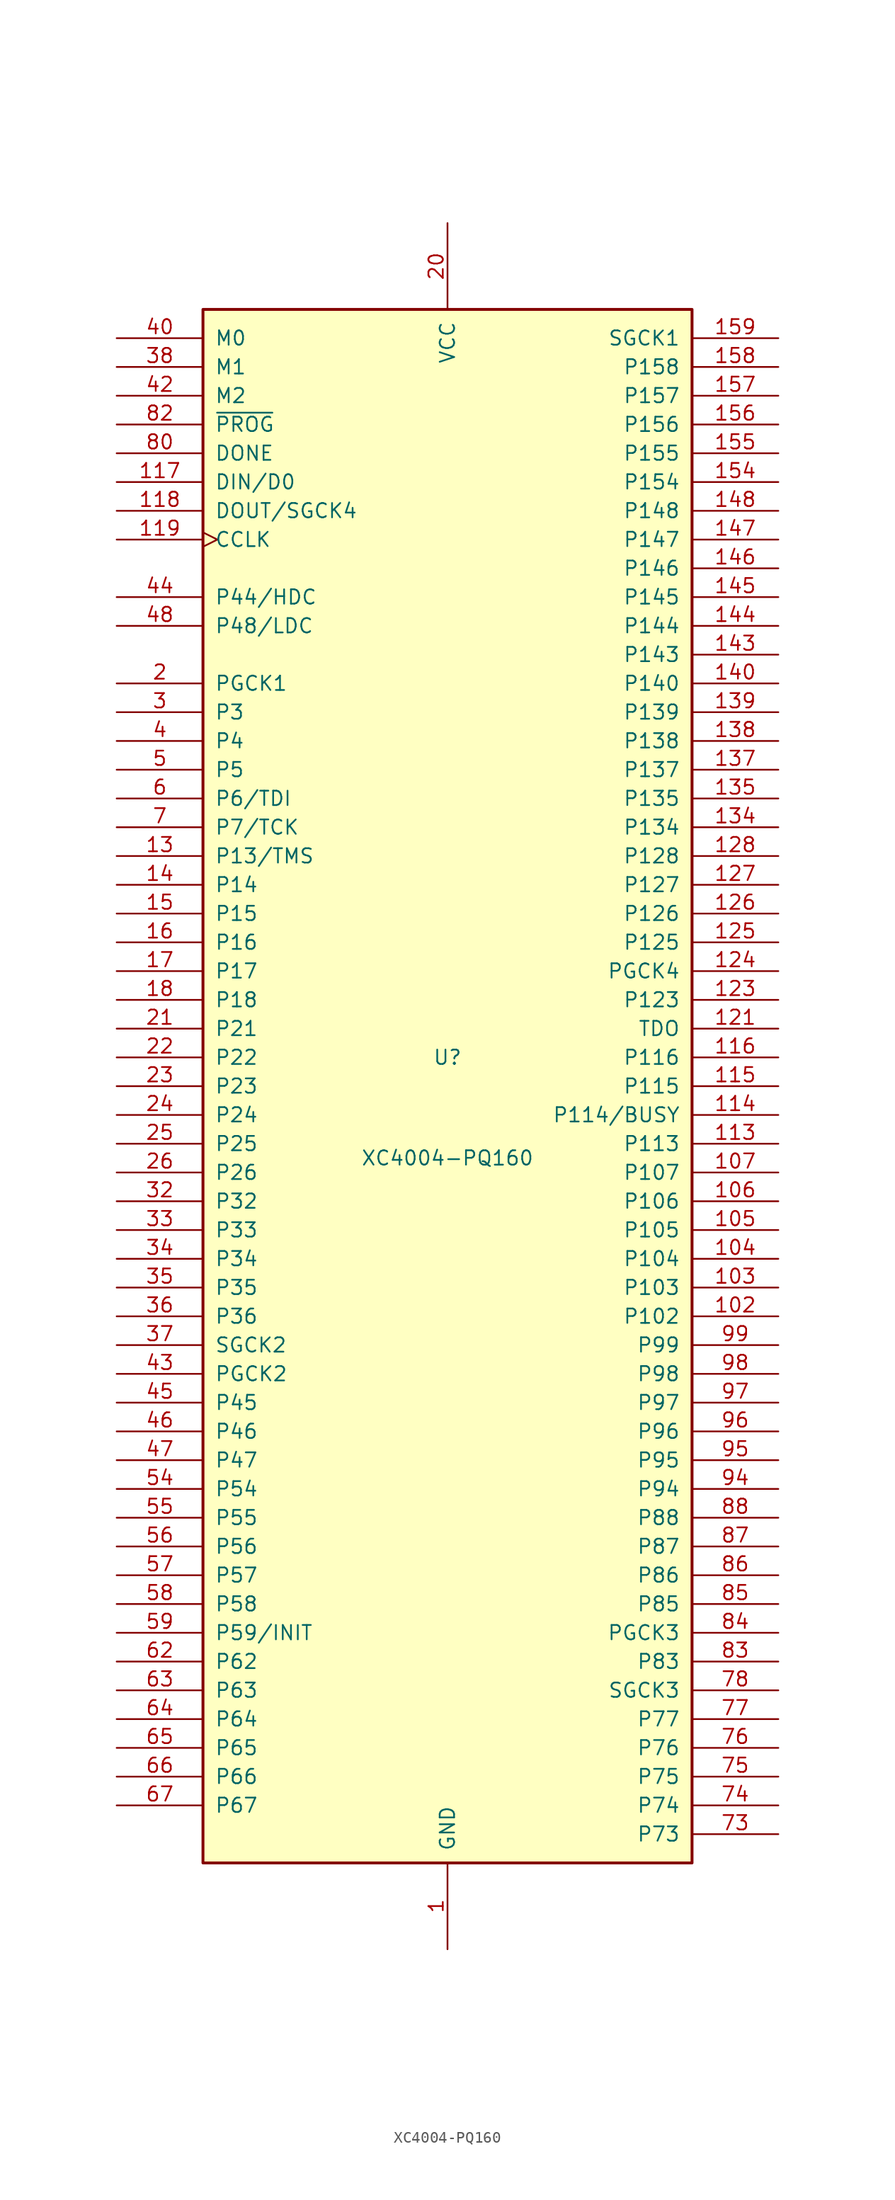
<source format=kicad_sym>
(kicad_symbol_lib
  (version 20231120)
  (generator "kicad_symbol_editor")
  (generator_version "8.0")
  (symbol "XC4004-PQ160"
    (pin_names
      (offset 1.016))
    (property "Reference" "U"
      (at 0 2.54 0)
      (effects (font (size 1.27 1.27))))
    (property "Value" "XC4004-PQ160"
      (at 0 -6.35 0)
      (effects (font (size 1.27 1.27))))
    (symbol "XC4004-PQ160_0_1"
      (rectangle (start -21.59 -68.58) (end 21.59 68.58) (stroke (width 0.254) (type default)) (fill (type background))))
    (symbol "XC4004-PQ160_1_1"
      (pin power_in line (at 0 -76.2 90) (length 7.62) (name "GND" (effects (font (size 1.27 1.27)))) (number "1" (effects (font (size 1.27 1.27)))))
      (pin passive line (at 0 -76.2 90) (length 7.62) hide (name "GND" (effects (font (size 1.27 1.27)))) (number "10" (effects (font (size 1.27 1.27)))))
      (pin passive line (at 0 76.2 270) (length 7.62) hide (name "VCC" (effects (font (size 1.27 1.27)))) (number "100" (effects (font (size 1.27 1.27)))))
      (pin passive line (at 0 -76.2 90) (length 7.62) hide (name "GND" (effects (font (size 1.27 1.27)))) (number "101" (effects (font (size 1.27 1.27)))))
      (pin bidirectional line (at 29.21 -20.32 180) (length 7.62) (name "P102" (effects (font (size 1.27 1.27)))) (number "102" (effects (font (size 1.27 1.27)))))
      (pin bidirectional line (at 29.21 -17.78 180) (length 7.62) (name "P103" (effects (font (size 1.27 1.27)))) (number "103" (effects (font (size 1.27 1.27)))))
      (pin bidirectional line (at 29.21 -15.24 180) (length 7.62) (name "P104" (effects (font (size 1.27 1.27)))) (number "104" (effects (font (size 1.27 1.27)))))
      (pin bidirectional line (at 29.21 -12.7 180) (length 7.62) (name "P105" (effects (font (size 1.27 1.27)))) (number "105" (effects (font (size 1.27 1.27)))))
      (pin bidirectional line (at 29.21 -10.16 180) (length 7.62) (name "P106" (effects (font (size 1.27 1.27)))) (number "106" (effects (font (size 1.27 1.27)))))
      (pin bidirectional line (at 29.21 -7.62 180) (length 7.62) (name "P107" (effects (font (size 1.27 1.27)))) (number "107" (effects (font (size 1.27 1.27)))))
      (pin passive line (at 0 -76.2 90) (length 7.62) hide (name "GND" (effects (font (size 1.27 1.27)))) (number "110" (effects (font (size 1.27 1.27)))))
      (pin bidirectional line (at 29.21 -5.08 180) (length 7.62) (name "P113" (effects (font (size 1.27 1.27)))) (number "113" (effects (font (size 1.27 1.27)))))
      (pin bidirectional line (at 29.21 -2.54 180) (length 7.62) (name "P114/BUSY" (effects (font (size 1.27 1.27)))) (number "114" (effects (font (size 1.27 1.27)))))
      (pin bidirectional line (at 29.21 0 180) (length 7.62) (name "P115" (effects (font (size 1.27 1.27)))) (number "115" (effects (font (size 1.27 1.27)))))
      (pin bidirectional line (at 29.21 2.54 180) (length 7.62) (name "P116" (effects (font (size 1.27 1.27)))) (number "116" (effects (font (size 1.27 1.27)))))
      (pin bidirectional line (at -29.21 53.34 0) (length 7.62) (name "DIN/D0" (effects (font (size 1.27 1.27)))) (number "117" (effects (font (size 1.27 1.27)))))
      (pin bidirectional line (at -29.21 50.8 0) (length 7.62) (name "DOUT/SGCK4" (effects (font (size 1.27 1.27)))) (number "118" (effects (font (size 1.27 1.27)))))
      (pin input clock (at -29.21 48.26 0) (length 7.62) (name "CCLK" (effects (font (size 1.27 1.27)))) (number "119" (effects (font (size 1.27 1.27)))))
      (pin passive line (at 0 76.2 270) (length 7.62) hide (name "VCC" (effects (font (size 1.27 1.27)))) (number "120" (effects (font (size 1.27 1.27)))))
      (pin output line (at 29.21 5.08 180) (length 7.62) (name "TDO" (effects (font (size 1.27 1.27)))) (number "121" (effects (font (size 1.27 1.27)))))
      (pin passive line (at 0 -76.2 90) (length 7.62) hide (name "GND" (effects (font (size 1.27 1.27)))) (number "122" (effects (font (size 1.27 1.27)))))
      (pin bidirectional line (at 29.21 7.62 180) (length 7.62) (name "P123" (effects (font (size 1.27 1.27)))) (number "123" (effects (font (size 1.27 1.27)))))
      (pin bidirectional line (at 29.21 10.16 180) (length 7.62) (name "PGCK4" (effects (font (size 1.27 1.27)))) (number "124" (effects (font (size 1.27 1.27)))))
      (pin bidirectional line (at 29.21 12.7 180) (length 7.62) (name "P125" (effects (font (size 1.27 1.27)))) (number "125" (effects (font (size 1.27 1.27)))))
      (pin bidirectional line (at 29.21 15.24 180) (length 7.62) (name "P126" (effects (font (size 1.27 1.27)))) (number "126" (effects (font (size 1.27 1.27)))))
      (pin bidirectional line (at 29.21 17.78 180) (length 7.62) (name "P127" (effects (font (size 1.27 1.27)))) (number "127" (effects (font (size 1.27 1.27)))))
      (pin bidirectional line (at 29.21 20.32 180) (length 7.62) (name "P128" (effects (font (size 1.27 1.27)))) (number "128" (effects (font (size 1.27 1.27)))))
      (pin bidirectional line (at -29.21 20.32 0) (length 7.62) (name "P13/TMS" (effects (font (size 1.27 1.27)))) (number "13" (effects (font (size 1.27 1.27)))))
      (pin passive line (at 0 -76.2 90) (length 7.62) hide (name "GND" (effects (font (size 1.27 1.27)))) (number "131" (effects (font (size 1.27 1.27)))))
      (pin bidirectional line (at 29.21 22.86 180) (length 7.62) (name "P134" (effects (font (size 1.27 1.27)))) (number "134" (effects (font (size 1.27 1.27)))))
      (pin bidirectional line (at 29.21 25.4 180) (length 7.62) (name "P135" (effects (font (size 1.27 1.27)))) (number "135" (effects (font (size 1.27 1.27)))))
      (pin bidirectional line (at 29.21 27.94 180) (length 7.62) (name "P137" (effects (font (size 1.27 1.27)))) (number "137" (effects (font (size 1.27 1.27)))))
      (pin bidirectional line (at 29.21 30.48 180) (length 7.62) (name "P138" (effects (font (size 1.27 1.27)))) (number "138" (effects (font (size 1.27 1.27)))))
      (pin bidirectional line (at 29.21 33.02 180) (length 7.62) (name "P139" (effects (font (size 1.27 1.27)))) (number "139" (effects (font (size 1.27 1.27)))))
      (pin bidirectional line (at -29.21 17.78 0) (length 7.62) (name "P14" (effects (font (size 1.27 1.27)))) (number "14" (effects (font (size 1.27 1.27)))))
      (pin bidirectional line (at 29.21 35.56 180) (length 7.62) (name "P140" (effects (font (size 1.27 1.27)))) (number "140" (effects (font (size 1.27 1.27)))))
      (pin passive line (at 0 -76.2 90) (length 7.62) hide (name "GND" (effects (font (size 1.27 1.27)))) (number "141" (effects (font (size 1.27 1.27)))))
      (pin passive line (at 0 76.2 270) (length 7.62) hide (name "VCC" (effects (font (size 1.27 1.27)))) (number "142" (effects (font (size 1.27 1.27)))))
      (pin bidirectional line (at 29.21 38.1 180) (length 7.62) (name "P143" (effects (font (size 1.27 1.27)))) (number "143" (effects (font (size 1.27 1.27)))))
      (pin bidirectional line (at 29.21 40.64 180) (length 7.62) (name "P144" (effects (font (size 1.27 1.27)))) (number "144" (effects (font (size 1.27 1.27)))))
      (pin bidirectional line (at 29.21 43.18 180) (length 7.62) (name "P145" (effects (font (size 1.27 1.27)))) (number "145" (effects (font (size 1.27 1.27)))))
      (pin bidirectional line (at 29.21 45.72 180) (length 7.62) (name "P146" (effects (font (size 1.27 1.27)))) (number "146" (effects (font (size 1.27 1.27)))))
      (pin bidirectional line (at 29.21 48.26 180) (length 7.62) (name "P147" (effects (font (size 1.27 1.27)))) (number "147" (effects (font (size 1.27 1.27)))))
      (pin bidirectional line (at 29.21 50.8 180) (length 7.62) (name "P148" (effects (font (size 1.27 1.27)))) (number "148" (effects (font (size 1.27 1.27)))))
      (pin bidirectional line (at -29.21 15.24 0) (length 7.62) (name "P15" (effects (font (size 1.27 1.27)))) (number "15" (effects (font (size 1.27 1.27)))))
      (pin passive line (at 0 -76.2 90) (length 7.62) hide (name "GND" (effects (font (size 1.27 1.27)))) (number "151" (effects (font (size 1.27 1.27)))))
      (pin bidirectional line (at 29.21 53.34 180) (length 7.62) (name "P154" (effects (font (size 1.27 1.27)))) (number "154" (effects (font (size 1.27 1.27)))))
      (pin bidirectional line (at 29.21 55.88 180) (length 7.62) (name "P155" (effects (font (size 1.27 1.27)))) (number "155" (effects (font (size 1.27 1.27)))))
      (pin bidirectional line (at 29.21 58.42 180) (length 7.62) (name "P156" (effects (font (size 1.27 1.27)))) (number "156" (effects (font (size 1.27 1.27)))))
      (pin bidirectional line (at 29.21 60.96 180) (length 7.62) (name "P157" (effects (font (size 1.27 1.27)))) (number "157" (effects (font (size 1.27 1.27)))))
      (pin bidirectional line (at 29.21 63.5 180) (length 7.62) (name "P158" (effects (font (size 1.27 1.27)))) (number "158" (effects (font (size 1.27 1.27)))))
      (pin bidirectional line (at 29.21 66.04 180) (length 7.62) (name "SGCK1" (effects (font (size 1.27 1.27)))) (number "159" (effects (font (size 1.27 1.27)))))
      (pin bidirectional line (at -29.21 12.7 0) (length 7.62) (name "P16" (effects (font (size 1.27 1.27)))) (number "16" (effects (font (size 1.27 1.27)))))
      (pin passive line (at 0 76.2 270) (length 7.62) hide (name "VCC" (effects (font (size 1.27 1.27)))) (number "160" (effects (font (size 1.27 1.27)))))
      (pin bidirectional line (at -29.21 10.16 0) (length 7.62) (name "P17" (effects (font (size 1.27 1.27)))) (number "17" (effects (font (size 1.27 1.27)))))
      (pin bidirectional line (at -29.21 7.62 0) (length 7.62) (name "P18" (effects (font (size 1.27 1.27)))) (number "18" (effects (font (size 1.27 1.27)))))
      (pin passive line (at 0 -76.2 90) (length 7.62) hide (name "GND" (effects (font (size 1.27 1.27)))) (number "19" (effects (font (size 1.27 1.27)))))
      (pin bidirectional line (at -29.21 35.56 0) (length 7.62) (name "PGCK1" (effects (font (size 1.27 1.27)))) (number "2" (effects (font (size 1.27 1.27)))))
      (pin power_in line (at 0 76.2 270) (length 7.62) (name "VCC" (effects (font (size 1.27 1.27)))) (number "20" (effects (font (size 1.27 1.27)))))
      (pin bidirectional line (at -29.21 5.08 0) (length 7.62) (name "P21" (effects (font (size 1.27 1.27)))) (number "21" (effects (font (size 1.27 1.27)))))
      (pin bidirectional line (at -29.21 2.54 0) (length 7.62) (name "P22" (effects (font (size 1.27 1.27)))) (number "22" (effects (font (size 1.27 1.27)))))
      (pin bidirectional line (at -29.21 0 0) (length 7.62) (name "P23" (effects (font (size 1.27 1.27)))) (number "23" (effects (font (size 1.27 1.27)))))
      (pin bidirectional line (at -29.21 -2.54 0) (length 7.62) (name "P24" (effects (font (size 1.27 1.27)))) (number "24" (effects (font (size 1.27 1.27)))))
      (pin bidirectional line (at -29.21 -5.08 0) (length 7.62) (name "P25" (effects (font (size 1.27 1.27)))) (number "25" (effects (font (size 1.27 1.27)))))
      (pin bidirectional line (at -29.21 -7.62 0) (length 7.62) (name "P26" (effects (font (size 1.27 1.27)))) (number "26" (effects (font (size 1.27 1.27)))))
      (pin passive line (at 0 -76.2 90) (length 7.62) hide (name "GND" (effects (font (size 1.27 1.27)))) (number "29" (effects (font (size 1.27 1.27)))))
      (pin bidirectional line (at -29.21 33.02 0) (length 7.62) (name "P3" (effects (font (size 1.27 1.27)))) (number "3" (effects (font (size 1.27 1.27)))))
      (pin bidirectional line (at -29.21 -10.16 0) (length 7.62) (name "P32" (effects (font (size 1.27 1.27)))) (number "32" (effects (font (size 1.27 1.27)))))
      (pin bidirectional line (at -29.21 -12.7 0) (length 7.62) (name "P33" (effects (font (size 1.27 1.27)))) (number "33" (effects (font (size 1.27 1.27)))))
      (pin bidirectional line (at -29.21 -15.24 0) (length 7.62) (name "P34" (effects (font (size 1.27 1.27)))) (number "34" (effects (font (size 1.27 1.27)))))
      (pin bidirectional line (at -29.21 -17.78 0) (length 7.62) (name "P35" (effects (font (size 1.27 1.27)))) (number "35" (effects (font (size 1.27 1.27)))))
      (pin bidirectional line (at -29.21 -20.32 0) (length 7.62) (name "P36" (effects (font (size 1.27 1.27)))) (number "36" (effects (font (size 1.27 1.27)))))
      (pin bidirectional line (at -29.21 -22.86 0) (length 7.62) (name "SGCK2" (effects (font (size 1.27 1.27)))) (number "37" (effects (font (size 1.27 1.27)))))
      (pin input line (at -29.21 63.5 0) (length 7.62) (name "M1" (effects (font (size 1.27 1.27)))) (number "38" (effects (font (size 1.27 1.27)))))
      (pin passive line (at 0 -76.2 90) (length 7.62) hide (name "GND" (effects (font (size 1.27 1.27)))) (number "39" (effects (font (size 1.27 1.27)))))
      (pin bidirectional line (at -29.21 30.48 0) (length 7.62) (name "P4" (effects (font (size 1.27 1.27)))) (number "4" (effects (font (size 1.27 1.27)))))
      (pin input line (at -29.21 66.04 0) (length 7.62) (name "M0" (effects (font (size 1.27 1.27)))) (number "40" (effects (font (size 1.27 1.27)))))
      (pin passive line (at 0 76.2 270) (length 7.62) hide (name "VCC" (effects (font (size 1.27 1.27)))) (number "41" (effects (font (size 1.27 1.27)))))
      (pin input line (at -29.21 60.96 0) (length 7.62) (name "M2" (effects (font (size 1.27 1.27)))) (number "42" (effects (font (size 1.27 1.27)))))
      (pin bidirectional line (at -29.21 -25.4 0) (length 7.62) (name "PGCK2" (effects (font (size 1.27 1.27)))) (number "43" (effects (font (size 1.27 1.27)))))
      (pin bidirectional line (at -29.21 43.18 0) (length 7.62) (name "P44/HDC" (effects (font (size 1.27 1.27)))) (number "44" (effects (font (size 1.27 1.27)))))
      (pin bidirectional line (at -29.21 -27.94 0) (length 7.62) (name "P45" (effects (font (size 1.27 1.27)))) (number "45" (effects (font (size 1.27 1.27)))))
      (pin bidirectional line (at -29.21 -30.48 0) (length 7.62) (name "P46" (effects (font (size 1.27 1.27)))) (number "46" (effects (font (size 1.27 1.27)))))
      (pin bidirectional line (at -29.21 -33.02 0) (length 7.62) (name "P47" (effects (font (size 1.27 1.27)))) (number "47" (effects (font (size 1.27 1.27)))))
      (pin bidirectional line (at -29.21 40.64 0) (length 7.62) (name "P48/LDC" (effects (font (size 1.27 1.27)))) (number "48" (effects (font (size 1.27 1.27)))))
      (pin bidirectional line (at -29.21 27.94 0) (length 7.62) (name "P5" (effects (font (size 1.27 1.27)))) (number "5" (effects (font (size 1.27 1.27)))))
      (pin passive line (at 0 -76.2 90) (length 7.62) hide (name "GND" (effects (font (size 1.27 1.27)))) (number "51" (effects (font (size 1.27 1.27)))))
      (pin bidirectional line (at -29.21 -35.56 0) (length 7.62) (name "P54" (effects (font (size 1.27 1.27)))) (number "54" (effects (font (size 1.27 1.27)))))
      (pin bidirectional line (at -29.21 -38.1 0) (length 7.62) (name "P55" (effects (font (size 1.27 1.27)))) (number "55" (effects (font (size 1.27 1.27)))))
      (pin bidirectional line (at -29.21 -40.64 0) (length 7.62) (name "P56" (effects (font (size 1.27 1.27)))) (number "56" (effects (font (size 1.27 1.27)))))
      (pin bidirectional line (at -29.21 -43.18 0) (length 7.62) (name "P57" (effects (font (size 1.27 1.27)))) (number "57" (effects (font (size 1.27 1.27)))))
      (pin bidirectional line (at -29.21 -45.72 0) (length 7.62) (name "P58" (effects (font (size 1.27 1.27)))) (number "58" (effects (font (size 1.27 1.27)))))
      (pin bidirectional line (at -29.21 -48.26 0) (length 7.62) (name "P59/INIT" (effects (font (size 1.27 1.27)))) (number "59" (effects (font (size 1.27 1.27)))))
      (pin bidirectional line (at -29.21 25.4 0) (length 7.62) (name "P6/TDI" (effects (font (size 1.27 1.27)))) (number "6" (effects (font (size 1.27 1.27)))))
      (pin passive line (at 0 76.2 270) (length 7.62) hide (name "VCC" (effects (font (size 1.27 1.27)))) (number "60" (effects (font (size 1.27 1.27)))))
      (pin passive line (at 0 -76.2 90) (length 7.62) hide (name "GND" (effects (font (size 1.27 1.27)))) (number "61" (effects (font (size 1.27 1.27)))))
      (pin bidirectional line (at -29.21 -50.8 0) (length 7.62) (name "P62" (effects (font (size 1.27 1.27)))) (number "62" (effects (font (size 1.27 1.27)))))
      (pin bidirectional line (at -29.21 -53.34 0) (length 7.62) (name "P63" (effects (font (size 1.27 1.27)))) (number "63" (effects (font (size 1.27 1.27)))))
      (pin bidirectional line (at -29.21 -55.88 0) (length 7.62) (name "P64" (effects (font (size 1.27 1.27)))) (number "64" (effects (font (size 1.27 1.27)))))
      (pin bidirectional line (at -29.21 -58.42 0) (length 7.62) (name "P65" (effects (font (size 1.27 1.27)))) (number "65" (effects (font (size 1.27 1.27)))))
      (pin bidirectional line (at -29.21 -60.96 0) (length 7.62) (name "P66" (effects (font (size 1.27 1.27)))) (number "66" (effects (font (size 1.27 1.27)))))
      (pin bidirectional line (at -29.21 -63.5 0) (length 7.62) (name "P67" (effects (font (size 1.27 1.27)))) (number "67" (effects (font (size 1.27 1.27)))))
      (pin bidirectional line (at -29.21 22.86 0) (length 7.62) (name "P7/TCK" (effects (font (size 1.27 1.27)))) (number "7" (effects (font (size 1.27 1.27)))))
      (pin passive line (at 0 -76.2 90) (length 7.62) hide (name "GND" (effects (font (size 1.27 1.27)))) (number "70" (effects (font (size 1.27 1.27)))))
      (pin bidirectional line (at 29.21 -66.04 180) (length 7.62) (name "P73" (effects (font (size 1.27 1.27)))) (number "73" (effects (font (size 1.27 1.27)))))
      (pin bidirectional line (at 29.21 -63.5 180) (length 7.62) (name "P74" (effects (font (size 1.27 1.27)))) (number "74" (effects (font (size 1.27 1.27)))))
      (pin bidirectional line (at 29.21 -60.96 180) (length 7.62) (name "P75" (effects (font (size 1.27 1.27)))) (number "75" (effects (font (size 1.27 1.27)))))
      (pin bidirectional line (at 29.21 -58.42 180) (length 7.62) (name "P76" (effects (font (size 1.27 1.27)))) (number "76" (effects (font (size 1.27 1.27)))))
      (pin bidirectional line (at 29.21 -55.88 180) (length 7.62) (name "P77" (effects (font (size 1.27 1.27)))) (number "77" (effects (font (size 1.27 1.27)))))
      (pin bidirectional line (at 29.21 -53.34 180) (length 7.62) (name "SGCK3" (effects (font (size 1.27 1.27)))) (number "78" (effects (font (size 1.27 1.27)))))
      (pin passive line (at 0 -76.2 90) (length 7.62) hide (name "GND" (effects (font (size 1.27 1.27)))) (number "79" (effects (font (size 1.27 1.27)))))
      (pin input line (at -29.21 55.88 0) (length 7.62) (name "DONE" (effects (font (size 1.27 1.27)))) (number "80" (effects (font (size 1.27 1.27)))))
      (pin passive line (at 0 76.2 270) (length 7.62) hide (name "VCC" (effects (font (size 1.27 1.27)))) (number "81" (effects (font (size 1.27 1.27)))))
      (pin input line (at -29.21 58.42 0) (length 7.62) (name "~{PROG}" (effects (font (size 1.27 1.27)))) (number "82" (effects (font (size 1.27 1.27)))))
      (pin bidirectional line (at 29.21 -50.8 180) (length 7.62) (name "P83" (effects (font (size 1.27 1.27)))) (number "83" (effects (font (size 1.27 1.27)))))
      (pin bidirectional line (at 29.21 -48.26 180) (length 7.62) (name "PGCK3" (effects (font (size 1.27 1.27)))) (number "84" (effects (font (size 1.27 1.27)))))
      (pin bidirectional line (at 29.21 -45.72 180) (length 7.62) (name "P85" (effects (font (size 1.27 1.27)))) (number "85" (effects (font (size 1.27 1.27)))))
      (pin bidirectional line (at 29.21 -43.18 180) (length 7.62) (name "P86" (effects (font (size 1.27 1.27)))) (number "86" (effects (font (size 1.27 1.27)))))
      (pin bidirectional line (at 29.21 -40.64 180) (length 7.62) (name "P87" (effects (font (size 1.27 1.27)))) (number "87" (effects (font (size 1.27 1.27)))))
      (pin bidirectional line (at 29.21 -38.1 180) (length 7.62) (name "P88" (effects (font (size 1.27 1.27)))) (number "88" (effects (font (size 1.27 1.27)))))
      (pin passive line (at 0 -76.2 90) (length 7.62) hide (name "GND" (effects (font (size 1.27 1.27)))) (number "91" (effects (font (size 1.27 1.27)))))
      (pin bidirectional line (at 29.21 -35.56 180) (length 7.62) (name "P94" (effects (font (size 1.27 1.27)))) (number "94" (effects (font (size 1.27 1.27)))))
      (pin bidirectional line (at 29.21 -33.02 180) (length 7.62) (name "P95" (effects (font (size 1.27 1.27)))) (number "95" (effects (font (size 1.27 1.27)))))
      (pin bidirectional line (at 29.21 -30.48 180) (length 7.62) (name "P96" (effects (font (size 1.27 1.27)))) (number "96" (effects (font (size 1.27 1.27)))))
      (pin bidirectional line (at 29.21 -27.94 180) (length 7.62) (name "P97" (effects (font (size 1.27 1.27)))) (number "97" (effects (font (size 1.27 1.27)))))
      (pin bidirectional line (at 29.21 -25.4 180) (length 7.62) (name "P98" (effects (font (size 1.27 1.27)))) (number "98" (effects (font (size 1.27 1.27)))))
      (pin bidirectional line (at 29.21 -22.86 180) (length 7.62) (name "P99" (effects (font (size 1.27 1.27)))) (number "99" (effects (font (size 1.27 1.27))))))))
</source>
